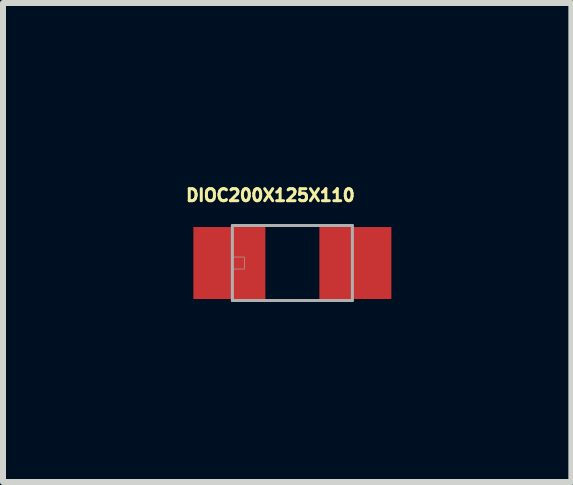
<source format=kicad_pcb>
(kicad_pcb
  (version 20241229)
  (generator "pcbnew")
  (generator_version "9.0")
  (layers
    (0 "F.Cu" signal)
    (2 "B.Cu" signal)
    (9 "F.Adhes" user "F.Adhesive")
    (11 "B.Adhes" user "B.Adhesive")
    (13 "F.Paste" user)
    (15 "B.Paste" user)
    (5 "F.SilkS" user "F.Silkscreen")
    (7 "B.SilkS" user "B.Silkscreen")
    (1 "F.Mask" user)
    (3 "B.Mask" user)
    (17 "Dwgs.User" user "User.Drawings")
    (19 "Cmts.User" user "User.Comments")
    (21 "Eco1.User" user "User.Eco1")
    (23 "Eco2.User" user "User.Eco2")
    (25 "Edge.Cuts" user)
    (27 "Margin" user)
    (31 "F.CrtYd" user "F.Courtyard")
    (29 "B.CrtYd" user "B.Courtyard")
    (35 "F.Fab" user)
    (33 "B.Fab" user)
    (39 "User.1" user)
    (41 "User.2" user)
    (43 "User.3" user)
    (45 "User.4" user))
  (footprint "DIOC200X125X110"
    (layer "F.Cu")
    (at 1.823 1.334)
    (property "Reference" "DIOC200X125X110" (at -0.366 -1.129 0) (layer "F.SilkS") (effects (font (size 0.2 0.2) (thickness 0.15))))
    (attr smd)
    (fp_line (start -1 -0.625) (end -1 0.625) (stroke (width 0.05) (type solid)) (layer "F.Fab"))
    (fp_line (start -1 0.625) (end 1 0.625) (stroke (width 0.05) (type solid)) (layer "F.Fab"))
    (fp_line (start 1 -0.625) (end -1 -0.625) (stroke (width 0.05) (type solid)) (layer "F.Fab"))
    (fp_line (start 1 0.625) (end 1 -0.625) (stroke (width 0.05) (type solid)) (layer "F.Fab"))
    (fp_poly (pts (xy -1.002 -0.1) (xy -0.8 -0.1) (xy -0.8 0.1) (xy -1.002 0.1)) (stroke (width 0.01) (type solid)) (fill no) (layer "F.Fab"))
    (pad "+" smd rect (at 1.05 0) (size 1.2 1.2) (layers "F.Cu" "F.Mask" "F.Paste"))
    (pad "-" smd rect (at -1.05 0) (size 1.2 1.2) (layers "F.Cu" "F.Mask" "F.Paste")))
  (gr_rect
    (start -3 -3)
    (end 6.473 4.984)
    (stroke (width 0.1) (type default))
    (fill no)
    (layer "Edge.Cuts")))
</source>
